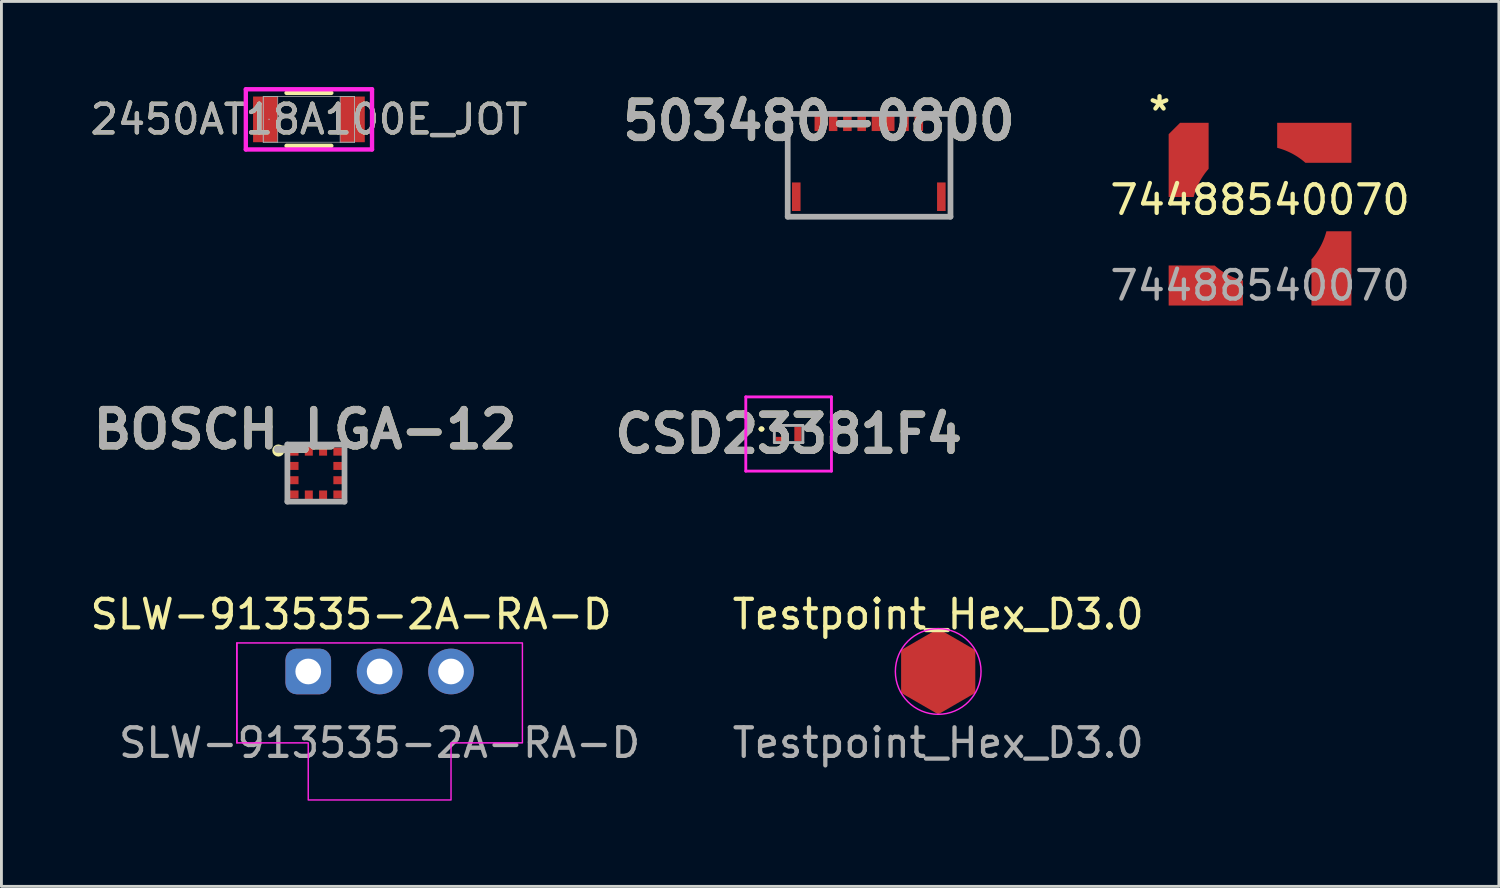
<source format=kicad_pcb>
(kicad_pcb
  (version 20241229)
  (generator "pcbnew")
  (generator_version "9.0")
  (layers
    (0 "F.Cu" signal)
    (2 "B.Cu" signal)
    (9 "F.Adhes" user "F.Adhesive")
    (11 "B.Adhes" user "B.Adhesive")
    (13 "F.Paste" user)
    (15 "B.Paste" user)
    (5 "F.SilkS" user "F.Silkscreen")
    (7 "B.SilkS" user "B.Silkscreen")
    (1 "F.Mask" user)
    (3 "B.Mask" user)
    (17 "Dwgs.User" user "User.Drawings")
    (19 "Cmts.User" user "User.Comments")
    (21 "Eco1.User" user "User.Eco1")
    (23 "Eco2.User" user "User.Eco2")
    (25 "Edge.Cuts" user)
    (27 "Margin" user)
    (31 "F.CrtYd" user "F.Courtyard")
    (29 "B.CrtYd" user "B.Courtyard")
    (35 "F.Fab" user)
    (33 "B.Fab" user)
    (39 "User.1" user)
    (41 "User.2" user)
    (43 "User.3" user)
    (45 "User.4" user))
  (footprint "2450AT18A100E_JOT"
    (layer "F.Cu")
    (at 7.768 1.13)
    (property "Reference" "2450AT18A100E_JOT" (at 0 0 0) (unlocked yes) (layer "F.SilkS") (effects (font (size 1 1) (thickness 0.15))))
    (attr smd)
    (fp_line (start -0.784 0.927) (end 0.784 0.927) (stroke (width 0.152) (type solid)) (layer "F.SilkS"))
    (fp_line (start 0.784 -0.927) (end -0.784 -0.927) (stroke (width 0.152) (type solid)) (layer "F.SilkS"))
    (fp_line (start -2.21 -1.054) (end 2.21 -1.054) (stroke (width 0.152) (type solid)) (layer "F.CrtYd"))
    (fp_line (start -2.21 1.054) (end -2.21 -1.054) (stroke (width 0.152) (type solid)) (layer "F.CrtYd"))
    (fp_line (start 2.21 -1.054) (end 2.21 1.054) (stroke (width 0.152) (type solid)) (layer "F.CrtYd"))
    (fp_line (start 2.21 1.054) (end -2.21 1.054) (stroke (width 0.152) (type solid)) (layer "F.CrtYd"))
    (fp_line (start -1.6 -0.8) (end -1.6 0.8) (stroke (width 0.025) (type solid)) (layer "F.Fab"))
    (fp_line (start -1.6 -0.8) (end -1.6 0.8) (stroke (width 0.025) (type solid)) (layer "F.Fab"))
    (fp_line (start -1.6 0.8) (end -1.092 0.8) (stroke (width 0.025) (type solid)) (layer "F.Fab"))
    (fp_line (start -1.6 0.8) (end 1.6 0.8) (stroke (width 0.025) (type solid)) (layer "F.Fab"))
    (fp_line (start -1.092 -0.8) (end -1.6 -0.8) (stroke (width 0.025) (type solid)) (layer "F.Fab"))
    (fp_line (start -1.092 0.8) (end -1.092 -0.8) (stroke (width 0.025) (type solid)) (layer "F.Fab"))
    (fp_line (start 1.092 -0.8) (end 1.092 0.8) (stroke (width 0.025) (type solid)) (layer "F.Fab"))
    (fp_line (start 1.092 0.8) (end 1.6 0.8) (stroke (width 0.025) (type solid)) (layer "F.Fab"))
    (fp_line (start 1.6 -0.8) (end -1.6 -0.8) (stroke (width 0.025) (type solid)) (layer "F.Fab"))
    (fp_line (start 1.6 -0.8) (end 1.092 -0.8) (stroke (width 0.025) (type solid)) (layer "F.Fab"))
    (fp_line (start 1.6 0.8) (end 1.6 -0.8) (stroke (width 0.025) (type solid)) (layer "F.Fab"))
    (fp_line (start 1.6 0.8) (end 1.6 -0.8) (stroke (width 0.025) (type solid)) (layer "F.Fab"))
    (fp_circle (center -1.397 0) (end -1.397 0) (stroke (width 0.025) (type solid)) (fill no) (layer "F.Fab"))
    (fp_text user "${REFERENCE}" (at 0 0 0) (unlocked yes) (layer "F.Fab") (effects (font (size 1 1) (thickness 0.15))))
    (pad "1" smd rect (at -1.524 0) (size 0.864 1.6) (layers "F.Cu" "F.Mask" "F.Paste"))
    (pad "2" smd rect (at 1.524 0) (size 0.864 1.6) (layers "F.Cu" "F.Mask" "F.Paste"))
    (zone (net_name "") (layer "F.Cu") (hatch full 0.508) (connect_pads) (min_thickness 0.254) (filled_areas_thickness no) (keepout (tracks not_allowed) (vias not_allowed) (pads allowed) (copperpour not_allowed) (footprints allowed)) (placement (enabled no)) (fill) (polygon (pts (xy 6.727 0.381) (xy 8.809 0.381) (xy 8.809 1.88) (xy 6.727 1.88)))))
  (footprint "74488540070"
    (layer "F.Cu")
    (at 41.074 4.45)
    (property "Reference" "74488540070" (at 0 -0.5 0) (unlocked yes) (layer "F.SilkS") (effects (font (size 1 1) (thickness 0.15))))
    (attr smd)
    (fp_text user "*" (at -4 -3 0) (unlocked yes) (layer "F.SilkS") (effects (font (size 1 1) (thickness 0.15)) (justify left bottom)))
    (fp_text user "${REFERENCE}" (at 0 2.5 0) (unlocked yes) (layer "F.Fab") (effects (font (size 1 1) (thickness 0.15))))
    (pad "1" smd custom (at -2.5 -2.5) (size 1.4 1.4) (layers "F.Cu" "F.Mask" "F.Paste") (options (anchor circle)) (primitives (gr_poly (pts (xy -0.7 -0.3) (xy -0.3 -0.7) (xy 0.7 -0.7) (xy 0.7 0.7) (xy -0.7 0.7)) (width 0) (fill yes)) (gr_poly (pts (xy 0.7 0.911) (xy 0.654 0.965) (xy 0.61 1.02) (xy 0.567 1.076) (xy 0.526 1.134) (xy 0.487 1.192) (xy 0.449 1.252) (xy 0.414 1.312) (xy 0.38 1.374) (xy 0.348 1.437) (xy 0.318 1.5) (xy 0.289 1.565) (xy 0.263 1.63) (xy 0.238 1.696) (xy 0.216 1.763) (xy 0.195 1.83) (xy 0.176 1.899) (xy -0.7 1.898) (xy -0.7 -0.301) (xy -0.3 -0.7) (xy 0.7 -0.7)) (width 0) (fill yes))))
    (pad "2" smd custom (at 2.5 -2.5 90) (size 1.4 1.4) (layers "F.Cu" "F.Mask" "F.Paste") (options (anchor rect)) (primitives (gr_poly (pts (xy -0.7 0.7) (xy -0.7 -0.913) (xy -0.653 -0.966) (xy -0.609 -1.021) (xy -0.566 -1.078) (xy -0.526 -1.135) (xy -0.486 -1.193) (xy -0.449 -1.253) (xy -0.413 -1.314) (xy -0.379 -1.375) (xy -0.347 -1.438) (xy -0.317 -1.502) (xy -0.289 -1.566) (xy -0.262 -1.631) (xy -0.238 -1.697) (xy -0.215 -1.764) (xy -0.195 -1.832) (xy -0.176 -1.9) (xy 0.699 -1.9) (xy 0.699 0.7)) (width 0) (fill yes))))
    (pad "3" smd custom (at 2.5 2.5 90) (size 1.4 1.4) (layers "F.Cu" "F.Mask" "F.Paste") (options (anchor rect)) (primitives (gr_poly (pts (xy -0.697 0.7) (xy -0.697 -0.7) (xy 0.914 -0.7) (xy 0.968 -0.654) (xy 1.023 -0.61) (xy 1.079 -0.567) (xy 1.136 -0.526) (xy 1.195 -0.487) (xy 1.254 -0.449) (xy 1.315 -0.414) (xy 1.377 -0.38) (xy 1.439 -0.348) (xy 1.503 -0.318) (xy 1.567 -0.289) (xy 1.633 -0.263) (xy 1.699 -0.238) (xy 1.766 -0.216) (xy 1.833 -0.195) (xy 1.901 -0.176) (xy 1.901 0.7)) (width 0) (fill yes))))
    (pad "4" smd custom (at -2.5 2.5 90) (size 1.4 1.4) (layers "F.Cu" "F.Mask" "F.Paste") (options (anchor rect)) (primitives (gr_poly (pts (xy 0.702 0.913) (xy 0.656 0.966) (xy 0.612 1.021) (xy 0.569 1.078) (xy 0.528 1.135) (xy 0.489 1.193) (xy 0.452 1.253) (xy 0.416 1.314) (xy 0.382 1.375) (xy 0.35 1.438) (xy 0.32 1.502) (xy 0.291 1.566) (xy 0.265 1.631) (xy 0.241 1.697) (xy 0.218 1.764) (xy 0.197 1.832) (xy 0.179 1.9) (xy -0.697 1.9) (xy -0.697 -0.7) (xy 0.703 -0.7)) (width 0) (fill yes)))))
  (footprint "BOSCH_LGA-12"
    (layer "F.Cu")
    (at 8.014 13.516)
    (property "Reference" "BOSCH_LGA-12" (at -0.382 -1.529 0) (layer "F.SilkS") (effects (font (size 1.27 1.27) (thickness 0.254))))
    (attr smd)
    (fp_circle (center -1.317 -0.79) (end -1.317 -0.777) (stroke (width 0.2) (type solid)) (fill no) (layer "F.SilkS"))
    (fp_line (start -1 -1) (end 1 -1) (stroke (width 0.2) (type solid)) (layer "F.Fab"))
    (fp_line (start -1 1) (end -1 -1) (stroke (width 0.2) (type solid)) (layer "F.Fab"))
    (fp_line (start 1 -1) (end 1 1) (stroke (width 0.2) (type solid)) (layer "F.Fab"))
    (fp_line (start 1 1) (end -1 1) (stroke (width 0.2) (type solid)) (layer "F.Fab"))
    (fp_text user "${REFERENCE}" (at -0.382 -1.529 0) (layer "F.Fab") (effects (font (size 1.27 1.27) (thickness 0.254))))
    (pad "1" smd rect (at -0.815 -0.75 90) (size 0.28 0.41) (layers "F.Cu" "F.Mask" "F.Paste"))
    (pad "2" smd rect (at -0.815 -0.25 90) (size 0.28 0.41) (layers "F.Cu" "F.Mask" "F.Paste"))
    (pad "3" smd rect (at -0.815 0.25 90) (size 0.28 0.41) (layers "F.Cu" "F.Mask" "F.Paste"))
    (pad "4" smd rect (at -0.815 0.75 90) (size 0.28 0.41) (layers "F.Cu" "F.Mask" "F.Paste"))
    (pad "5" smd rect (at -0.25 0.815) (size 0.28 0.41) (layers "F.Cu" "F.Mask" "F.Paste"))
    (pad "6" smd rect (at 0.25 0.815) (size 0.28 0.41) (layers "F.Cu" "F.Mask" "F.Paste"))
    (pad "7" smd rect (at 0.815 0.75 90) (size 0.28 0.41) (layers "F.Cu" "F.Mask" "F.Paste"))
    (pad "8" smd rect (at 0.815 0.25 90) (size 0.28 0.41) (layers "F.Cu" "F.Mask" "F.Paste"))
    (pad "9" smd rect (at 0.815 -0.25 90) (size 0.28 0.41) (layers "F.Cu" "F.Mask" "F.Paste"))
    (pad "10" smd rect (at 0.815 -0.75 90) (size 0.28 0.41) (layers "F.Cu" "F.Mask" "F.Paste"))
    (pad "11" smd rect (at 0.25 -0.815) (size 0.28 0.41) (layers "F.Cu" "F.Mask" "F.Paste"))
    (pad "12" smd rect (at -0.25 -0.815) (size 0.28 0.41) (layers "F.Cu" "F.Mask" "F.Paste")))
  (footprint "CSD23381F4"
    (layer "F.Cu")
    (at 24.566 12.148)
    (property "Reference" "CSD23381F4" (at 0 0 0) (layer "F.SilkS") (effects (font (size 1.27 1.27) (thickness 0.254))))
    (attr smd)
    (fp_line (start -1 -0.175) (end -1 -0.175) (stroke (width 0.1) (type solid)) (layer "F.SilkS"))
    (fp_line (start -0.9 -0.175) (end -0.9 -0.175) (stroke (width 0.1) (type solid)) (layer "F.SilkS"))
    (fp_arc (start -1 -0.175) (mid -0.95 -0.225) (end -0.9 -0.175) (stroke (width 0.1) (type solid)) (layer "F.SilkS"))
    (fp_arc (start -0.9 -0.175) (mid -0.95 -0.125) (end -1 -0.175) (stroke (width 0.1) (type solid)) (layer "F.SilkS"))
    (fp_line (start -1.5 -1.3) (end 1.5 -1.3) (stroke (width 0.1) (type solid)) (layer "F.CrtYd"))
    (fp_line (start -1.5 1.3) (end -1.5 -1.3) (stroke (width 0.1) (type solid)) (layer "F.CrtYd"))
    (fp_line (start 1.5 -1.3) (end 1.5 1.3) (stroke (width 0.1) (type solid)) (layer "F.CrtYd"))
    (fp_line (start 1.5 1.3) (end -1.5 1.3) (stroke (width 0.1) (type solid)) (layer "F.CrtYd"))
    (fp_line (start -0.5 -0.3) (end -0.5 0.3) (stroke (width 0.1) (type solid)) (layer "F.Fab"))
    (fp_line (start -0.5 0.3) (end 0.5 0.3) (stroke (width 0.1) (type solid)) (layer "F.Fab"))
    (fp_line (start 0.5 -0.3) (end -0.5 -0.3) (stroke (width 0.1) (type solid)) (layer "F.Fab"))
    (fp_line (start 0.5 0.3) (end 0.5 -0.3) (stroke (width 0.1) (type solid)) (layer "F.Fab"))
    (fp_text user "${REFERENCE}" (at 0 0 0) (layer "F.Fab") (effects (font (size 1.27 1.27) (thickness 0.254))))
    (pad "1" smd rect (at -0.325 -0.175 90) (size 0.15 0.25) (layers "F.Cu" "F.Mask" "F.Paste"))
    (pad "2" smd rect (at -0.325 0.175 90) (size 0.15 0.25) (layers "F.Cu" "F.Mask" "F.Paste"))
    (pad "3" smd rect (at 0.325 0) (size 0.25 0.5) (layers "F.Cu" "F.Mask" "F.Paste")))
  (footprint "Testpoint_Hex_D3.0"
    (layer "F.Cu")
    (at 29.804 20.464)
    (property "Reference" "Testpoint_Hex_D3.0" (at 0 -2 0) (unlocked yes) (layer "F.SilkS") (effects (font (size 1 1) (thickness 0.15))))
    (attr smd)
    (fp_poly (pts (xy 0 -1.5) (xy 1.299 -0.75) (xy 1.299 0.75) (xy 0 1.5) (xy -1.299 0.75) (xy -1.299 -0.75)) (stroke (width 0) (type solid)) (fill yes) (layer "F.Cu"))
    (fp_circle (center 0 0) (end 0 -1.5) (stroke (width 0.05) (type default)) (fill no) (layer "F.CrtYd"))
    (fp_text user "${REFERENCE}" (at 0 2.5 0) (unlocked yes) (layer "F.Fab") (effects (font (size 1 1) (thickness 0.15))))
    (pad "1" smd circle (at 0 0) (size 1 1) (layers "F.Cu" "F.Mask" "F.Paste")))
  (footprint "SLW-913535-2A-RA-D"
    (layer "F.Cu")
    (at 10.244 20.464)
    (property "Reference" "SLW-913535-2A-RA-D" (at -1 -2 0) (unlocked yes) (layer "F.SilkS") (effects (font (size 1 1) (thickness 0.15))))
    (attr through_hole)
    (fp_line (start -5 -1) (end -5 2.5) (stroke (width 0.05) (type default)) (layer "F.CrtYd"))
    (fp_poly (pts (xy -5 -1) (xy -5 2.5) (xy -2.5 2.5) (xy -2.5 4.5) (xy 2.5 4.5) (xy 2.5 2.5) (xy 5 2.5) (xy 5 -1)) (stroke (width 0.05) (type solid)) (fill no) (layer "F.CrtYd"))
    (fp_text user "${REFERENCE}" (at 0 2.5 0) (unlocked yes) (layer "F.Fab") (effects (font (size 1 1) (thickness 0.15))))
    (pad "1" thru_hole roundrect (at -2.5 0) (size 1.6 1.6) (drill 0.9) (layers "*.Cu" "*.Mask") (roundrect_rratio 0.25))
    (pad "2" thru_hole circle (at 0 0) (size 1.6 1.6) (drill 0.9) (layers "*.Cu" "*.Mask"))
    (pad "3" thru_hole circle (at 2.5 0) (size 1.6 1.6) (drill 0.9) (layers "*.Cu" "*.Mask")))
  (footprint "503480-0800"
    (layer "F.Cu")
    (at 27.384 2.739)
    (property "Reference" "503480-0800" (at -1.76 -1.55 0) (layer "F.SilkS") (effects (font (size 1.27 1.27) (thickness 0.254))))
    (attr smd)
    (fp_line (start -2.85 -1.8) (end -2.85 1.8) (stroke (width 0.1) (type solid)) (layer "F.SilkS"))
    (fp_line (start -2.85 -1.8) (end -2.2 -1.8) (stroke (width 0.1) (type solid)) (layer "F.SilkS"))
    (fp_line (start -2.85 1.8) (end 2.85 1.8) (stroke (width 0.1) (type solid)) (layer "F.SilkS"))
    (fp_line (start 2.85 -1.8) (end 2.2 -1.8) (stroke (width 0.1) (type solid)) (layer "F.SilkS"))
    (fp_line (start 2.85 1.8) (end 2.85 -1.8) (stroke (width 0.1) (type solid)) (layer "F.SilkS"))
    (fp_line (start -2.85 -1.8) (end -2.85 1.8) (stroke (width 0.2) (type solid)) (layer "F.Fab"))
    (fp_line (start -2.85 1.8) (end 2.85 1.8) (stroke (width 0.2) (type solid)) (layer "F.Fab"))
    (fp_line (start 2.85 -1.8) (end -2.85 -1.8) (stroke (width 0.2) (type solid)) (layer "F.Fab"))
    (fp_line (start 2.85 1.8) (end 2.85 -1.8) (stroke (width 0.2) (type solid)) (layer "F.Fab"))
    (fp_text user "${REFERENCE}" (at -1.76 -1.55 0) (layer "F.Fab") (effects (font (size 1.27 1.27) (thickness 0.254))))
    (pad "1" smd rect (at -1.76 -1.55) (size 0.3 0.7) (layers "F.Cu" "F.Mask" "F.Paste"))
    (pad "2" smd rect (at -1.26 -1.55) (size 0.3 0.7) (layers "F.Cu" "F.Mask" "F.Paste"))
    (pad "3" smd rect (at -0.76 -1.55) (size 0.3 0.7) (layers "F.Cu" "F.Mask" "F.Paste"))
    (pad "4" smd rect (at -0.26 -1.55) (size 0.3 0.7) (layers "F.Cu" "F.Mask" "F.Paste"))
    (pad "5" smd rect (at 0.24 -1.55) (size 0.3 0.7) (layers "F.Cu" "F.Mask" "F.Paste"))
    (pad "6" smd rect (at 0.74 -1.55) (size 0.3 0.7) (layers "F.Cu" "F.Mask" "F.Paste"))
    (pad "7" smd rect (at 1.24 -1.55) (size 0.3 0.7) (layers "F.Cu" "F.Mask" "F.Paste"))
    (pad "8" smd rect (at 1.74 -1.55) (size 0.3 0.7) (layers "F.Cu" "F.Mask" "F.Paste"))
    (pad "9" smd rect (at -2.55 1.1) (size 0.3 1) (layers "F.Cu" "F.Mask" "F.Paste"))
    (pad "10" smd rect (at 2.53 1.1) (size 0.3 1) (layers "F.Cu" "F.Mask" "F.Paste")))
  (gr_rect
    (start -3 -3)
    (end 49.438 27.989)
    (stroke (width 0.1) (type default))
    (fill no)
    (layer "Edge.Cuts")))
</source>
